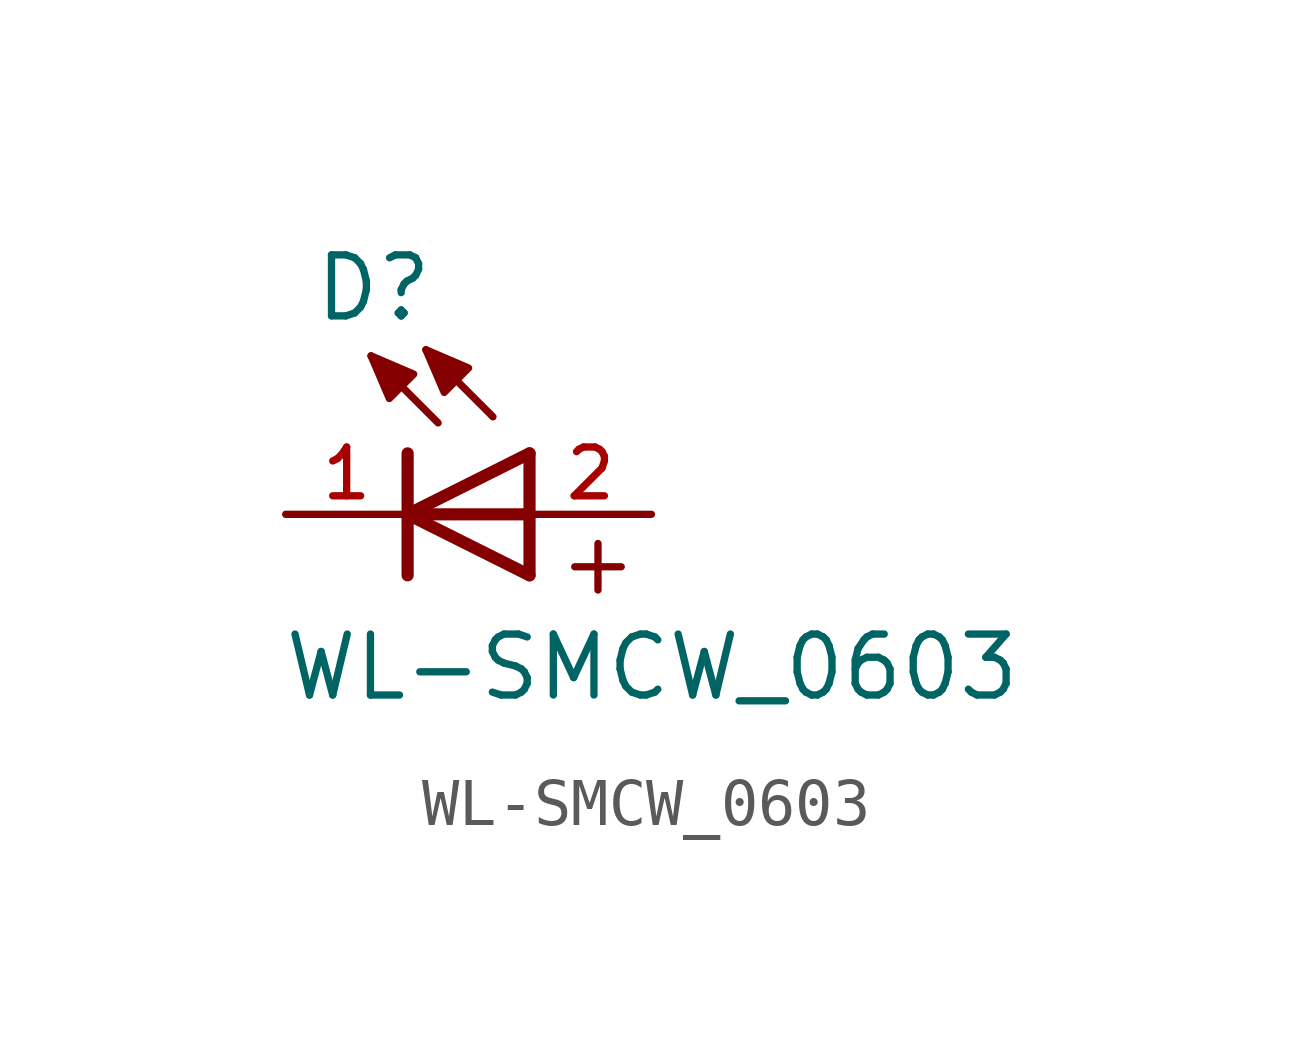
<source format=kicad_sym>
(kicad_symbol_lib
  (version 20211014)
  (generator kicad_symbol_editor)
  (symbol "WL-SMCW_0603"
    (pin_names
      (offset 1.016))
    (property "Reference" "D"
      (at -1.988 3.972 0)
      (effects (font (size 1.27 1.27)) (justify bottom left)))
    (property "Value" "WL-SMCW_0603"
      (at -2.628 -3.928 0)
      (effects (font (size 1.27 1.27)) (justify bottom left)))
    (symbol "WL-SMCW_0603_0_0"
      (text "+" (at 3.08 -1.74 0) (effects (font (size 1.27 1.27)) (justify bottom left)))
      (polyline (pts (xy 2.54 -1.27) (xy 0.0 0.0)) (stroke (width 0.254)))
      (polyline (pts (xy 0.0 0.0) (xy 2.54 1.27)) (stroke (width 0.254)))
      (polyline (pts (xy 0.0 -1.27) (xy 0.0 1.27)) (stroke (width 0.254)))
      (polyline (pts (xy 2.54 -1.27) (xy 2.54 1.27)) (stroke (width 0.254)))
      (polyline (pts (xy 1.778 2.032) (xy 0.381 3.429)) (stroke (width 0.152)))
      (polyline (pts (xy 0.635 1.905) (xy -0.762 3.302)) (stroke (width 0.152)))
      (polyline (pts (xy 0.0 0.0) (xy 2.54 0.0)) (stroke (width 0.254)))
      (polyline (pts (xy 0.381 3.429) (xy 1.27 3.048) (xy 0.762 2.54) (xy 0.381 3.429)) (stroke (width 0.152)) (fill (type outline)))
      (polyline (pts (xy -0.762 3.302) (xy 0.127 2.921) (xy -0.381 2.413) (xy -0.762 3.302)) (stroke (width 0.152)) (fill (type outline)))
      (pin passive line (at -2.54 0.0 0) (length 2.54) (name "~" (effects (font (size 1.016 1.016)))) (number "1" (effects (font (size 1.016 1.016)))))
      (pin passive line (at 5.08 0.0 180.0) (length 2.54) (name "~" (effects (font (size 1.016 1.016)))) (number "2" (effects (font (size 1.016 1.016))))))))
</source>
